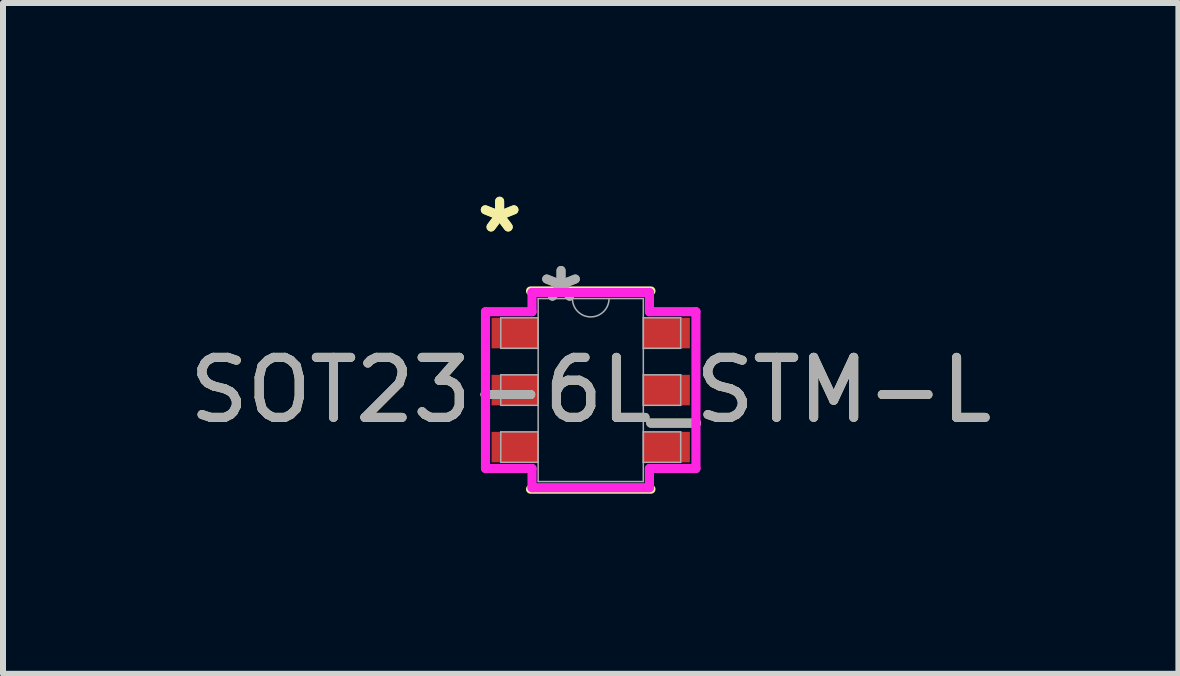
<source format=kicad_pcb>
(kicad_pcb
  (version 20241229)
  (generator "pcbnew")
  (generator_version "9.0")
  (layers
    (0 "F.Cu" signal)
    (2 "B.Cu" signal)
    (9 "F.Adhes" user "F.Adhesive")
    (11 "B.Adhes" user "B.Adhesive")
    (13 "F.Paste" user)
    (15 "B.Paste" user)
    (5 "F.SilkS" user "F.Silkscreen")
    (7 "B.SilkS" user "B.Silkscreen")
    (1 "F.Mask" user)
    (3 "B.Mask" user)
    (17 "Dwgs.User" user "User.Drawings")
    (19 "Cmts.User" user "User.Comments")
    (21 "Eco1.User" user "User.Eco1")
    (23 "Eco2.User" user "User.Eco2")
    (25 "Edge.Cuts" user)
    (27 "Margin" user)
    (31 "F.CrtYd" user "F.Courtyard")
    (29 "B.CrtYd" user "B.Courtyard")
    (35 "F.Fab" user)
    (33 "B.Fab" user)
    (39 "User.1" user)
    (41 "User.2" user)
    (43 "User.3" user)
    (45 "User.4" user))
  (footprint "SOT23-6L_STM-L"
    (layer "F.Cu")
    (at 6.792 3.449)
    (property "Reference" "SOT23-6L_STM-L" (at 0 0 0) (unlocked yes) (layer "F.SilkS") (effects (font (size 1 1) (thickness 0.15))))
    (attr smd)
    (fp_line (start -1.003 1.651) (end 1.003 1.651) (stroke (width 0.152) (type solid)) (layer "F.SilkS"))
    (fp_line (start 1.003 -1.651) (end -1.003 -1.651) (stroke (width 0.152) (type solid)) (layer "F.SilkS"))
    (fp_line (start -1.753 -1.306) (end -0.978 -1.306) (stroke (width 0.152) (type solid)) (layer "F.CrtYd"))
    (fp_line (start -1.753 1.306) (end -1.753 -1.306) (stroke (width 0.152) (type solid)) (layer "F.CrtYd"))
    (fp_line (start -1.753 1.306) (end -0.978 1.306) (stroke (width 0.152) (type solid)) (layer "F.CrtYd"))
    (fp_line (start -0.978 -1.626) (end 0.978 -1.626) (stroke (width 0.152) (type solid)) (layer "F.CrtYd"))
    (fp_line (start -0.978 -1.306) (end -0.978 -1.626) (stroke (width 0.152) (type solid)) (layer "F.CrtYd"))
    (fp_line (start -0.978 1.626) (end -0.978 1.306) (stroke (width 0.152) (type solid)) (layer "F.CrtYd"))
    (fp_line (start 0.978 -1.626) (end 0.978 -1.306) (stroke (width 0.152) (type solid)) (layer "F.CrtYd"))
    (fp_line (start 0.978 1.306) (end 0.978 1.626) (stroke (width 0.152) (type solid)) (layer "F.CrtYd"))
    (fp_line (start 0.978 1.626) (end -0.978 1.626) (stroke (width 0.152) (type solid)) (layer "F.CrtYd"))
    (fp_line (start 1.753 -1.306) (end 0.978 -1.306) (stroke (width 0.152) (type solid)) (layer "F.CrtYd"))
    (fp_line (start 1.753 -1.306) (end 1.753 1.306) (stroke (width 0.152) (type solid)) (layer "F.CrtYd"))
    (fp_line (start 1.753 1.306) (end 0.978 1.306) (stroke (width 0.152) (type solid)) (layer "F.CrtYd"))
    (fp_line (start -1.499 -1.204) (end -1.499 -0.696) (stroke (width 0.025) (type solid)) (layer "F.Fab"))
    (fp_line (start -1.499 -0.696) (end -0.876 -0.696) (stroke (width 0.025) (type solid)) (layer "F.Fab"))
    (fp_line (start -1.499 -0.254) (end -1.499 0.254) (stroke (width 0.025) (type solid)) (layer "F.Fab"))
    (fp_line (start -1.499 0.254) (end -0.876 0.254) (stroke (width 0.025) (type solid)) (layer "F.Fab"))
    (fp_line (start -1.499 0.696) (end -1.499 1.204) (stroke (width 0.025) (type solid)) (layer "F.Fab"))
    (fp_line (start -1.499 1.204) (end -0.876 1.204) (stroke (width 0.025) (type solid)) (layer "F.Fab"))
    (fp_line (start -0.876 -1.524) (end -0.876 1.524) (stroke (width 0.025) (type solid)) (layer "F.Fab"))
    (fp_line (start -0.876 -1.204) (end -1.499 -1.204) (stroke (width 0.025) (type solid)) (layer "F.Fab"))
    (fp_line (start -0.876 -0.696) (end -0.876 -1.204) (stroke (width 0.025) (type solid)) (layer "F.Fab"))
    (fp_line (start -0.876 -0.254) (end -1.499 -0.254) (stroke (width 0.025) (type solid)) (layer "F.Fab"))
    (fp_line (start -0.876 0.254) (end -0.876 -0.254) (stroke (width 0.025) (type solid)) (layer "F.Fab"))
    (fp_line (start -0.876 0.696) (end -1.499 0.696) (stroke (width 0.025) (type solid)) (layer "F.Fab"))
    (fp_line (start -0.876 1.204) (end -0.876 0.696) (stroke (width 0.025) (type solid)) (layer "F.Fab"))
    (fp_line (start -0.876 1.524) (end 0.876 1.524) (stroke (width 0.025) (type solid)) (layer "F.Fab"))
    (fp_line (start 0.876 -1.524) (end -0.876 -1.524) (stroke (width 0.025) (type solid)) (layer "F.Fab"))
    (fp_line (start 0.876 -1.204) (end 0.876 -0.696) (stroke (width 0.025) (type solid)) (layer "F.Fab"))
    (fp_line (start 0.876 -0.696) (end 1.499 -0.696) (stroke (width 0.025) (type solid)) (layer "F.Fab"))
    (fp_line (start 0.876 -0.254) (end 0.876 0.254) (stroke (width 0.025) (type solid)) (layer "F.Fab"))
    (fp_line (start 0.876 0.254) (end 1.499 0.254) (stroke (width 0.025) (type solid)) (layer "F.Fab"))
    (fp_line (start 0.876 0.696) (end 0.876 1.204) (stroke (width 0.025) (type solid)) (layer "F.Fab"))
    (fp_line (start 0.876 1.204) (end 1.499 1.204) (stroke (width 0.025) (type solid)) (layer "F.Fab"))
    (fp_line (start 0.876 1.524) (end 0.876 -1.524) (stroke (width 0.025) (type solid)) (layer "F.Fab"))
    (fp_line (start 1.499 -1.204) (end 0.876 -1.204) (stroke (width 0.025) (type solid)) (layer "F.Fab"))
    (fp_line (start 1.499 -0.696) (end 1.499 -1.204) (stroke (width 0.025) (type solid)) (layer "F.Fab"))
    (fp_line (start 1.499 -0.254) (end 0.876 -0.254) (stroke (width 0.025) (type solid)) (layer "F.Fab"))
    (fp_line (start 1.499 0.254) (end 1.499 -0.254) (stroke (width 0.025) (type solid)) (layer "F.Fab"))
    (fp_line (start 1.499 0.696) (end 0.876 0.696) (stroke (width 0.025) (type solid)) (layer "F.Fab"))
    (fp_line (start 1.499 1.204) (end 1.499 0.696) (stroke (width 0.025) (type solid)) (layer "F.Fab"))
    (fp_arc (start 0.3048 -1.524) (mid 0 -1.2192) (end -0.3048 -1.524) (stroke (width 0.0254) (type solid)) (layer "F.Fab"))
    (fp_text user "*" (at -1.518 -2.601 0) (unlocked yes) (layer "F.SilkS") (effects (font (size 1 1) (thickness 0.15))))
    (fp_text user "*" (at -1.518 -2.601 0) (layer "F.SilkS") (effects (font (size 1 1) (thickness 0.15))))
    (fp_text user "*" (at -0.495 -1.448 0) (layer "F.Fab") (effects (font (size 1 1) (thickness 0.15))))
    (fp_text user "${REFERENCE}" (at 0 0 0) (unlocked yes) (layer "F.Fab") (effects (font (size 1 1) (thickness 0.15))))
    (fp_text user "*" (at -0.495 -1.448 0) (unlocked yes) (layer "F.Fab") (effects (font (size 1 1) (thickness 0.15))))
    (pad "1" smd rect (at -1.264 -0.95) (size 0.775 0.508) (layers "F.Cu" "F.Mask" "F.Paste"))
    (pad "2" smd rect (at -1.264 0) (size 0.775 0.508) (layers "F.Cu" "F.Mask" "F.Paste"))
    (pad "3" smd rect (at -1.264 0.95) (size 0.775 0.508) (layers "F.Cu" "F.Mask" "F.Paste"))
    (pad "4" smd rect (at 1.264 0.95) (size 0.775 0.508) (layers "F.Cu" "F.Mask" "F.Paste"))
    (pad "5" smd rect (at 1.264 0) (size 0.775 0.508) (layers "F.Cu" "F.Mask" "F.Paste"))
    (pad "6" smd rect (at 1.264 -0.95) (size 0.775 0.508) (layers "F.Cu" "F.Mask" "F.Paste")))
  (gr_rect
    (start -3 -3)
    (end 16.583 8.176)
    (stroke (width 0.1) (type default))
    (fill no)
    (layer "Edge.Cuts")))
</source>
